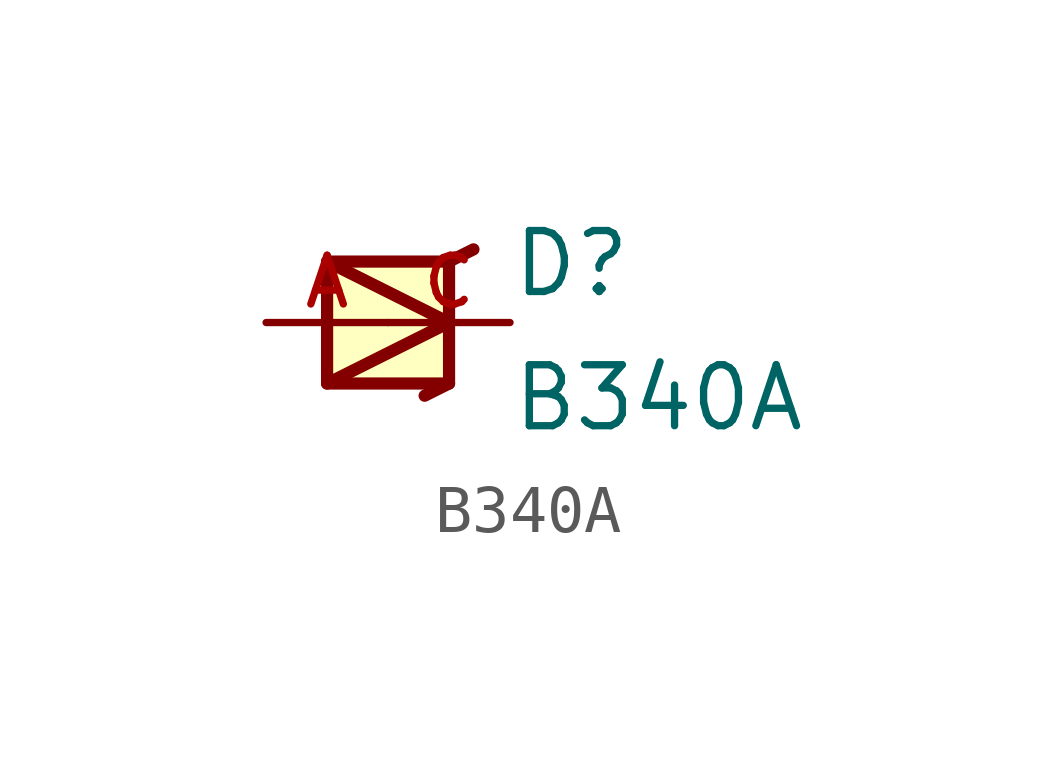
<source format=kicad_sym>
(kicad_symbol_lib
  (version 20211014)
  (generator kicad_symbol_editor)
  (symbol "B340A"
    (pin_names
      (offset 1.016))
    (property "Reference" "D"
      (at 2.542 0.483 0)
      (effects (font (size 1.27 1.27)) (justify bottom left)))
    (property "Value" "B340A"
      (at 2.54 -2.312 0)
      (effects (font (size 1.27 1.27)) (justify bottom left)))
    (symbol "B340A_0_0"
      (polyline (pts (xy -1.27 -1.27) (xy 1.27 0.0)) (stroke (width 0.254)))
      (polyline (pts (xy 1.27 0.0) (xy -1.27 1.27)) (stroke (width 0.254)))
      (polyline (pts (xy 1.27 1.27) (xy 1.778 1.524)) (stroke (width 0.254)))
      (polyline (pts (xy 1.27 -1.27) (xy 0.762 -1.524)) (stroke (width 0.254)))
      (rectangle (start -1.27 -1.27) (end 1.27 1.27) (stroke (width 0.254)) (fill (type background)))
      (pin passive line (at -2.54 0.0 0) (length 2.54) (name "~" (effects (font (size 1.016 1.016)))) (number "A" (effects (font (size 1.016 1.016)))))
      (pin passive line (at 2.54 0.0 180.0) (length 2.54) (name "~" (effects (font (size 1.016 1.016)))) (number "C" (effects (font (size 1.016 1.016))))))))
</source>
